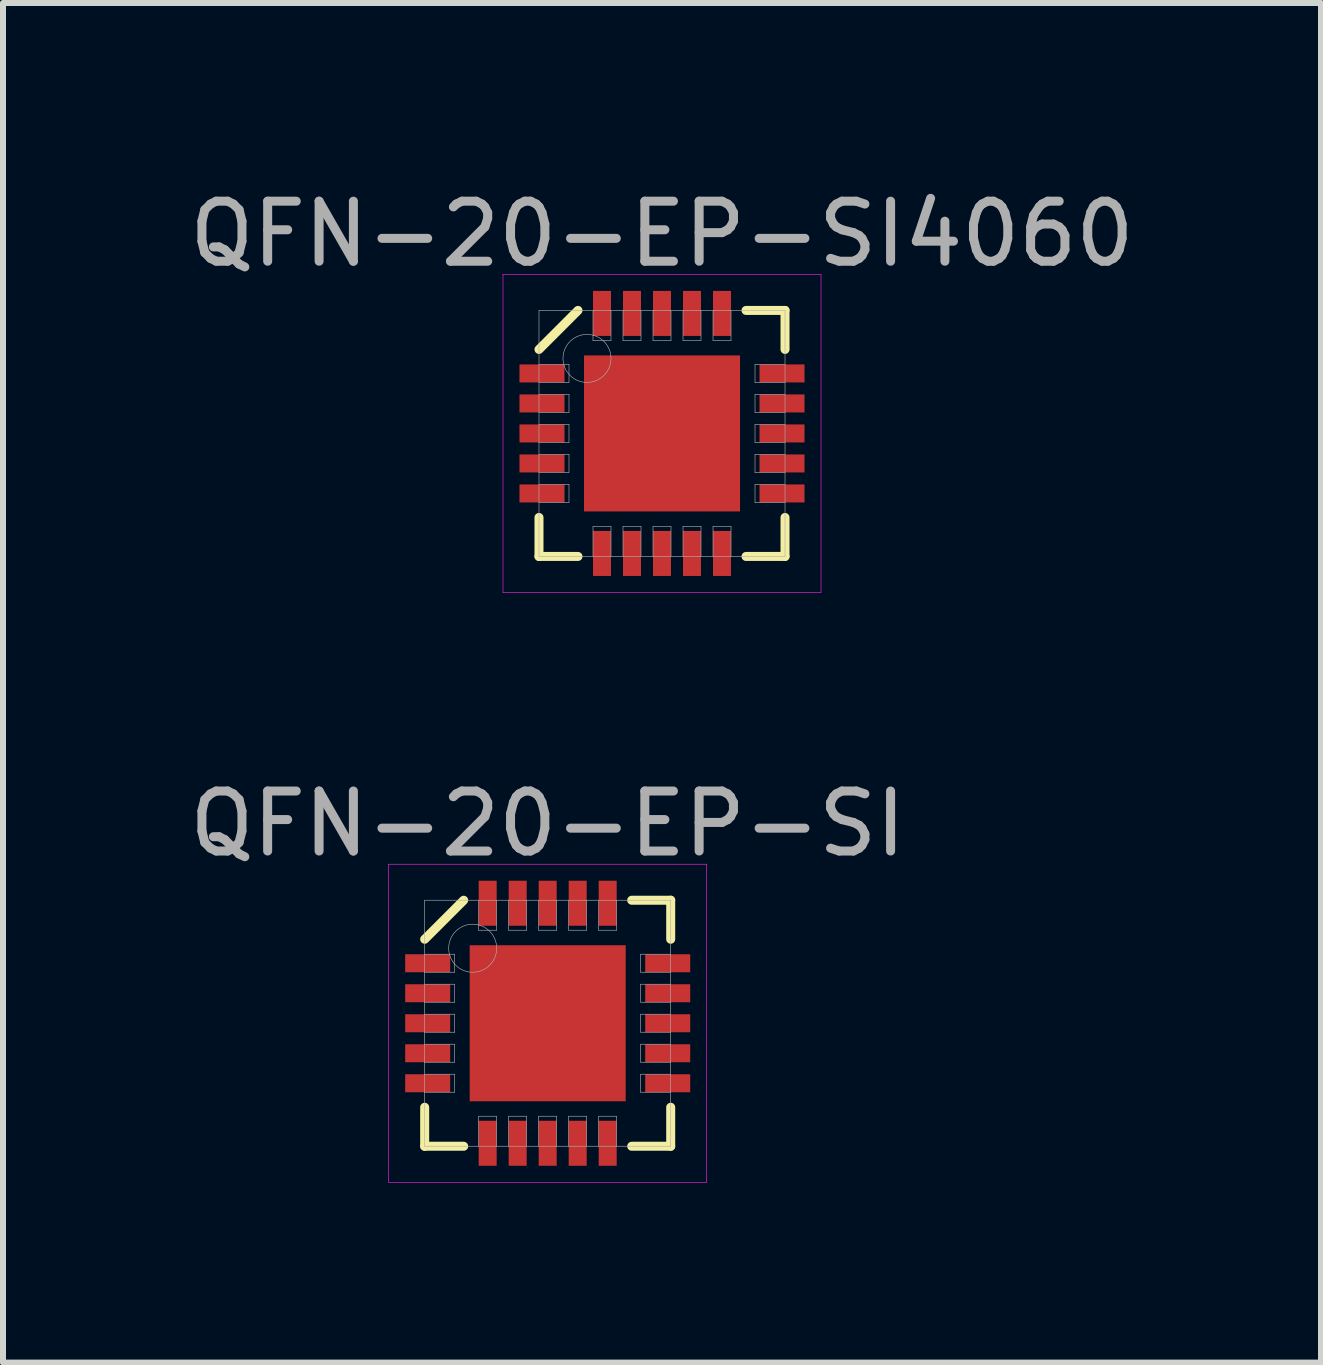
<source format=kicad_pcb>
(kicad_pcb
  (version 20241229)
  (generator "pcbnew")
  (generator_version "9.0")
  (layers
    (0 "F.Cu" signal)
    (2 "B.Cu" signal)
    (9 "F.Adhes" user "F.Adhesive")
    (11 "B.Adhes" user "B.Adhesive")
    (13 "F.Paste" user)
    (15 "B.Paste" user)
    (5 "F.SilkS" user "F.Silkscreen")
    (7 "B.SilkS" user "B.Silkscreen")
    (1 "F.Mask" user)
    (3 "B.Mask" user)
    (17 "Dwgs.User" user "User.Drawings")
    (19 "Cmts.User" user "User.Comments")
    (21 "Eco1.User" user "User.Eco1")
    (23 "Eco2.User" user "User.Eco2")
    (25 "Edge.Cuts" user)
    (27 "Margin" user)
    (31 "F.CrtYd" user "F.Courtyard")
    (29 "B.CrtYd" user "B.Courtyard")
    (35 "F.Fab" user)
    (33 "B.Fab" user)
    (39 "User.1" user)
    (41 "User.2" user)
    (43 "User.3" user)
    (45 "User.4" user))
  (footprint "QFN-20-EP-SI4060"
    (layer "F.Cu")
    (at 7.982 4.173)
    (property "Reference" "QFN-20-EP-SI4060" (at 0 -3.325 0) (layer "F.Fab") (effects (font (size 1 1) (thickness 0.15))))
    (attr through_hole)
    (fp_line (start -2.05 -1.4) (end -1.4 -2.05) (stroke (width 0.15) (type solid)) (layer "F.SilkS"))
    (fp_line (start -2.05 2.05) (end -2.05 1.4) (stroke (width 0.15) (type solid)) (layer "F.SilkS"))
    (fp_line (start -1.4 2.05) (end -2.05 2.05) (stroke (width 0.15) (type solid)) (layer "F.SilkS"))
    (fp_line (start 1.4 -2.05) (end 2.05 -2.05) (stroke (width 0.15) (type solid)) (layer "F.SilkS"))
    (fp_line (start 1.4 2.05) (end 2.05 2.05) (stroke (width 0.15) (type solid)) (layer "F.SilkS"))
    (fp_line (start 2.05 -2.05) (end 2.05 -1.4) (stroke (width 0.15) (type solid)) (layer "F.SilkS"))
    (fp_line (start 2.05 2.05) (end 2.05 1.4) (stroke (width 0.15) (type solid)) (layer "F.SilkS"))
    (fp_line (start -2.65 -2.65) (end 2.65 -2.65) (stroke (width 0.01) (type solid)) (layer "F.CrtYd"))
    (fp_line (start -2.65 2.65) (end -2.65 -2.65) (stroke (width 0.01) (type solid)) (layer "F.CrtYd"))
    (fp_line (start 2.65 -2.65) (end 2.65 2.65) (stroke (width 0.01) (type solid)) (layer "F.CrtYd"))
    (fp_line (start 2.65 2.65) (end -2.65 2.65) (stroke (width 0.01) (type solid)) (layer "F.CrtYd"))
    (fp_line (start -2.05 -2.05) (end 2.05 -2.05) (stroke (width 0.01) (type solid)) (layer "F.Fab"))
    (fp_line (start -2.05 -0.85) (end -1.55 -0.85) (stroke (width 0.01) (type solid)) (layer "F.Fab"))
    (fp_line (start -2.05 -0.35) (end -1.55 -0.35) (stroke (width 0.01) (type solid)) (layer "F.Fab"))
    (fp_line (start -2.05 0.15) (end -1.55 0.15) (stroke (width 0.01) (type solid)) (layer "F.Fab"))
    (fp_line (start -2.05 0.65) (end -1.55 0.65) (stroke (width 0.01) (type solid)) (layer "F.Fab"))
    (fp_line (start -2.05 1.15) (end -1.55 1.15) (stroke (width 0.01) (type solid)) (layer "F.Fab"))
    (fp_line (start -2.05 2.05) (end -2.05 -2.05) (stroke (width 0.01) (type solid)) (layer "F.Fab"))
    (fp_line (start -1.55 -1.15) (end -2.05 -1.15) (stroke (width 0.01) (type solid)) (layer "F.Fab"))
    (fp_line (start -1.55 -0.85) (end -1.55 -1.15) (stroke (width 0.01) (type solid)) (layer "F.Fab"))
    (fp_line (start -1.55 -0.65) (end -2.05 -0.65) (stroke (width 0.01) (type solid)) (layer "F.Fab"))
    (fp_line (start -1.55 -0.35) (end -1.55 -0.65) (stroke (width 0.01) (type solid)) (layer "F.Fab"))
    (fp_line (start -1.55 -0.15) (end -2.05 -0.15) (stroke (width 0.01) (type solid)) (layer "F.Fab"))
    (fp_line (start -1.55 0.15) (end -1.55 -0.15) (stroke (width 0.01) (type solid)) (layer "F.Fab"))
    (fp_line (start -1.55 0.35) (end -2.05 0.35) (stroke (width 0.01) (type solid)) (layer "F.Fab"))
    (fp_line (start -1.55 0.65) (end -1.55 0.35) (stroke (width 0.01) (type solid)) (layer "F.Fab"))
    (fp_line (start -1.55 0.85) (end -2.05 0.85) (stroke (width 0.01) (type solid)) (layer "F.Fab"))
    (fp_line (start -1.55 1.15) (end -1.55 0.85) (stroke (width 0.01) (type solid)) (layer "F.Fab"))
    (fp_line (start -1.15 -2.05) (end -1.15 -1.55) (stroke (width 0.01) (type solid)) (layer "F.Fab"))
    (fp_line (start -1.15 -1.55) (end -0.85 -1.55) (stroke (width 0.01) (type solid)) (layer "F.Fab"))
    (fp_line (start -1.15 1.55) (end -1.15 2.05) (stroke (width 0.01) (type solid)) (layer "F.Fab"))
    (fp_line (start -0.85 -1.55) (end -0.85 -2.05) (stroke (width 0.01) (type solid)) (layer "F.Fab"))
    (fp_line (start -0.85 1.55) (end -1.15 1.55) (stroke (width 0.01) (type solid)) (layer "F.Fab"))
    (fp_line (start -0.85 2.05) (end -0.85 1.55) (stroke (width 0.01) (type solid)) (layer "F.Fab"))
    (fp_line (start -0.65 -2.05) (end -0.65 -1.55) (stroke (width 0.01) (type solid)) (layer "F.Fab"))
    (fp_line (start -0.65 -1.55) (end -0.35 -1.55) (stroke (width 0.01) (type solid)) (layer "F.Fab"))
    (fp_line (start -0.65 1.55) (end -0.65 2.05) (stroke (width 0.01) (type solid)) (layer "F.Fab"))
    (fp_line (start -0.35 -1.55) (end -0.35 -2.05) (stroke (width 0.01) (type solid)) (layer "F.Fab"))
    (fp_line (start -0.35 1.55) (end -0.65 1.55) (stroke (width 0.01) (type solid)) (layer "F.Fab"))
    (fp_line (start -0.35 2.05) (end -0.35 1.55) (stroke (width 0.01) (type solid)) (layer "F.Fab"))
    (fp_line (start -0.15 -2.05) (end -0.15 -1.55) (stroke (width 0.01) (type solid)) (layer "F.Fab"))
    (fp_line (start -0.15 -1.55) (end 0.15 -1.55) (stroke (width 0.01) (type solid)) (layer "F.Fab"))
    (fp_line (start -0.15 1.55) (end -0.15 2.05) (stroke (width 0.01) (type solid)) (layer "F.Fab"))
    (fp_line (start 0.15 -1.55) (end 0.15 -2.05) (stroke (width 0.01) (type solid)) (layer "F.Fab"))
    (fp_line (start 0.15 1.55) (end -0.15 1.55) (stroke (width 0.01) (type solid)) (layer "F.Fab"))
    (fp_line (start 0.15 2.05) (end 0.15 1.55) (stroke (width 0.01) (type solid)) (layer "F.Fab"))
    (fp_line (start 0.35 -2.05) (end 0.35 -1.55) (stroke (width 0.01) (type solid)) (layer "F.Fab"))
    (fp_line (start 0.35 -1.55) (end 0.65 -1.55) (stroke (width 0.01) (type solid)) (layer "F.Fab"))
    (fp_line (start 0.35 1.55) (end 0.35 2.05) (stroke (width 0.01) (type solid)) (layer "F.Fab"))
    (fp_line (start 0.65 -1.55) (end 0.65 -2.05) (stroke (width 0.01) (type solid)) (layer "F.Fab"))
    (fp_line (start 0.65 1.55) (end 0.35 1.55) (stroke (width 0.01) (type solid)) (layer "F.Fab"))
    (fp_line (start 0.65 2.05) (end 0.65 1.55) (stroke (width 0.01) (type solid)) (layer "F.Fab"))
    (fp_line (start 0.85 -2.05) (end 0.85 -1.55) (stroke (width 0.01) (type solid)) (layer "F.Fab"))
    (fp_line (start 0.85 -1.55) (end 1.15 -1.55) (stroke (width 0.01) (type solid)) (layer "F.Fab"))
    (fp_line (start 0.85 1.55) (end 0.85 2.05) (stroke (width 0.01) (type solid)) (layer "F.Fab"))
    (fp_line (start 1.15 -1.55) (end 1.15 -2.05) (stroke (width 0.01) (type solid)) (layer "F.Fab"))
    (fp_line (start 1.15 1.55) (end 0.85 1.55) (stroke (width 0.01) (type solid)) (layer "F.Fab"))
    (fp_line (start 1.15 2.05) (end 1.15 1.55) (stroke (width 0.01) (type solid)) (layer "F.Fab"))
    (fp_line (start 1.55 -1.15) (end 1.55 -0.85) (stroke (width 0.01) (type solid)) (layer "F.Fab"))
    (fp_line (start 1.55 -0.85) (end 2.05 -0.85) (stroke (width 0.01) (type solid)) (layer "F.Fab"))
    (fp_line (start 1.55 -0.65) (end 1.55 -0.35) (stroke (width 0.01) (type solid)) (layer "F.Fab"))
    (fp_line (start 1.55 -0.35) (end 2.05 -0.35) (stroke (width 0.01) (type solid)) (layer "F.Fab"))
    (fp_line (start 1.55 -0.15) (end 1.55 0.15) (stroke (width 0.01) (type solid)) (layer "F.Fab"))
    (fp_line (start 1.55 0.15) (end 2.05 0.15) (stroke (width 0.01) (type solid)) (layer "F.Fab"))
    (fp_line (start 1.55 0.35) (end 1.55 0.65) (stroke (width 0.01) (type solid)) (layer "F.Fab"))
    (fp_line (start 1.55 0.65) (end 2.05 0.65) (stroke (width 0.01) (type solid)) (layer "F.Fab"))
    (fp_line (start 1.55 0.85) (end 1.55 1.15) (stroke (width 0.01) (type solid)) (layer "F.Fab"))
    (fp_line (start 1.55 1.15) (end 2.05 1.15) (stroke (width 0.01) (type solid)) (layer "F.Fab"))
    (fp_line (start 2.05 -2.05) (end 2.05 2.05) (stroke (width 0.01) (type solid)) (layer "F.Fab"))
    (fp_line (start 2.05 -1.15) (end 1.55 -1.15) (stroke (width 0.01) (type solid)) (layer "F.Fab"))
    (fp_line (start 2.05 -0.65) (end 1.55 -0.65) (stroke (width 0.01) (type solid)) (layer "F.Fab"))
    (fp_line (start 2.05 -0.15) (end 1.55 -0.15) (stroke (width 0.01) (type solid)) (layer "F.Fab"))
    (fp_line (start 2.05 0.35) (end 1.55 0.35) (stroke (width 0.01) (type solid)) (layer "F.Fab"))
    (fp_line (start 2.05 0.85) (end 1.55 0.85) (stroke (width 0.01) (type solid)) (layer "F.Fab"))
    (fp_line (start 2.05 2.05) (end -2.05 2.05) (stroke (width 0.01) (type solid)) (layer "F.Fab"))
    (fp_circle (center -1.25 -1.25) (end -1.25 -0.85) (stroke (width 0.01) (type solid)) (fill no) (layer "F.Fab"))
    (pad "" smd rect (at -0.65 -0.65) (size 1.1 1.1) (layers "F.Paste"))
    (pad "" smd rect (at -0.65 0.65) (size 1.1 1.1) (layers "F.Paste"))
    (pad "" smd rect (at 0.65 -0.65) (size 1.1 1.1) (layers "F.Paste"))
    (pad "" smd rect (at 0.65 0.65) (size 1.1 1.1) (layers "F.Paste"))
    (pad "1" smd rect (at -2 -1) (size 0.75 0.3) (layers "F.Cu" "F.Mask" "F.Paste"))
    (pad "2" smd rect (at -2 -0.5) (size 0.75 0.3) (layers "F.Cu" "F.Mask" "F.Paste"))
    (pad "3" smd rect (at -2 0) (size 0.75 0.3) (layers "F.Cu" "F.Mask" "F.Paste"))
    (pad "4" smd rect (at -2 0.5) (size 0.75 0.3) (layers "F.Cu" "F.Mask" "F.Paste"))
    (pad "5" smd rect (at -2 1) (size 0.75 0.3) (layers "F.Cu" "F.Mask" "F.Paste"))
    (pad "6" smd rect (at -1 2) (size 0.3 0.75) (layers "F.Cu" "F.Mask" "F.Paste"))
    (pad "7" smd rect (at -0.5 2) (size 0.3 0.75) (layers "F.Cu" "F.Mask" "F.Paste"))
    (pad "8" smd rect (at 0 2) (size 0.3 0.75) (layers "F.Cu" "F.Mask" "F.Paste"))
    (pad "9" smd rect (at 0.5 2) (size 0.3 0.75) (layers "F.Cu" "F.Mask" "F.Paste"))
    (pad "10" smd rect (at 1 2) (size 0.3 0.75) (layers "F.Cu" "F.Mask" "F.Paste"))
    (pad "11" smd rect (at 2 1) (size 0.75 0.3) (layers "F.Cu" "F.Mask" "F.Paste"))
    (pad "12" smd rect (at 2 0.5) (size 0.75 0.3) (layers "F.Cu" "F.Mask" "F.Paste"))
    (pad "13" smd rect (at 2 0) (size 0.75 0.3) (layers "F.Cu" "F.Mask" "F.Paste"))
    (pad "14" smd rect (at 2 -0.5) (size 0.75 0.3) (layers "F.Cu" "F.Mask" "F.Paste"))
    (pad "15" smd rect (at 2 -1) (size 0.75 0.3) (layers "F.Cu" "F.Mask" "F.Paste"))
    (pad "16" smd rect (at 1 -2) (size 0.3 0.75) (layers "F.Cu" "F.Mask" "F.Paste"))
    (pad "17" smd rect (at 0.5 -2) (size 0.3 0.75) (layers "F.Cu" "F.Mask" "F.Paste"))
    (pad "18" smd rect (at 0 -2) (size 0.3 0.75) (layers "F.Cu" "F.Mask" "F.Paste"))
    (pad "19" smd rect (at -0.5 -2) (size 0.3 0.75) (layers "F.Cu" "F.Mask" "F.Paste"))
    (pad "20" smd rect (at -1 -2) (size 0.3 0.75) (layers "F.Cu" "F.Mask" "F.Paste"))
    (pad "EP" smd rect (at 0 0) (size 2.6 2.6) (layers "F.Cu" "F.Mask")))
  (footprint "QFN-20-EP-SI"
    (layer "F.Cu")
    (at 6.077 14.002)
    (property "Reference" "QFN-20-EP-SI" (at 0 -3.325 0) (layer "F.Fab") (effects (font (size 1 1) (thickness 0.15))))
    (attr through_hole)
    (fp_line (start -2.05 -1.4) (end -1.4 -2.05) (stroke (width 0.15) (type solid)) (layer "F.SilkS"))
    (fp_line (start -2.05 2.05) (end -2.05 1.4) (stroke (width 0.15) (type solid)) (layer "F.SilkS"))
    (fp_line (start -1.4 2.05) (end -2.05 2.05) (stroke (width 0.15) (type solid)) (layer "F.SilkS"))
    (fp_line (start 1.4 -2.05) (end 2.05 -2.05) (stroke (width 0.15) (type solid)) (layer "F.SilkS"))
    (fp_line (start 1.4 2.05) (end 2.05 2.05) (stroke (width 0.15) (type solid)) (layer "F.SilkS"))
    (fp_line (start 2.05 -2.05) (end 2.05 -1.4) (stroke (width 0.15) (type solid)) (layer "F.SilkS"))
    (fp_line (start 2.05 2.05) (end 2.05 1.4) (stroke (width 0.15) (type solid)) (layer "F.SilkS"))
    (fp_line (start -2.65 -2.65) (end 2.65 -2.65) (stroke (width 0.01) (type solid)) (layer "F.CrtYd"))
    (fp_line (start -2.65 2.65) (end -2.65 -2.65) (stroke (width 0.01) (type solid)) (layer "F.CrtYd"))
    (fp_line (start 2.65 -2.65) (end 2.65 2.65) (stroke (width 0.01) (type solid)) (layer "F.CrtYd"))
    (fp_line (start 2.65 2.65) (end -2.65 2.65) (stroke (width 0.01) (type solid)) (layer "F.CrtYd"))
    (fp_line (start -2.05 -2.05) (end 2.05 -2.05) (stroke (width 0.01) (type solid)) (layer "F.Fab"))
    (fp_line (start -2.05 -0.85) (end -1.55 -0.85) (stroke (width 0.01) (type solid)) (layer "F.Fab"))
    (fp_line (start -2.05 -0.35) (end -1.55 -0.35) (stroke (width 0.01) (type solid)) (layer "F.Fab"))
    (fp_line (start -2.05 0.15) (end -1.55 0.15) (stroke (width 0.01) (type solid)) (layer "F.Fab"))
    (fp_line (start -2.05 0.65) (end -1.55 0.65) (stroke (width 0.01) (type solid)) (layer "F.Fab"))
    (fp_line (start -2.05 1.15) (end -1.55 1.15) (stroke (width 0.01) (type solid)) (layer "F.Fab"))
    (fp_line (start -2.05 2.05) (end -2.05 -2.05) (stroke (width 0.01) (type solid)) (layer "F.Fab"))
    (fp_line (start -1.55 -1.15) (end -2.05 -1.15) (stroke (width 0.01) (type solid)) (layer "F.Fab"))
    (fp_line (start -1.55 -0.85) (end -1.55 -1.15) (stroke (width 0.01) (type solid)) (layer "F.Fab"))
    (fp_line (start -1.55 -0.65) (end -2.05 -0.65) (stroke (width 0.01) (type solid)) (layer "F.Fab"))
    (fp_line (start -1.55 -0.35) (end -1.55 -0.65) (stroke (width 0.01) (type solid)) (layer "F.Fab"))
    (fp_line (start -1.55 -0.15) (end -2.05 -0.15) (stroke (width 0.01) (type solid)) (layer "F.Fab"))
    (fp_line (start -1.55 0.15) (end -1.55 -0.15) (stroke (width 0.01) (type solid)) (layer "F.Fab"))
    (fp_line (start -1.55 0.35) (end -2.05 0.35) (stroke (width 0.01) (type solid)) (layer "F.Fab"))
    (fp_line (start -1.55 0.65) (end -1.55 0.35) (stroke (width 0.01) (type solid)) (layer "F.Fab"))
    (fp_line (start -1.55 0.85) (end -2.05 0.85) (stroke (width 0.01) (type solid)) (layer "F.Fab"))
    (fp_line (start -1.55 1.15) (end -1.55 0.85) (stroke (width 0.01) (type solid)) (layer "F.Fab"))
    (fp_line (start -1.15 -2.05) (end -1.15 -1.55) (stroke (width 0.01) (type solid)) (layer "F.Fab"))
    (fp_line (start -1.15 -1.55) (end -0.85 -1.55) (stroke (width 0.01) (type solid)) (layer "F.Fab"))
    (fp_line (start -1.15 1.55) (end -1.15 2.05) (stroke (width 0.01) (type solid)) (layer "F.Fab"))
    (fp_line (start -0.85 -1.55) (end -0.85 -2.05) (stroke (width 0.01) (type solid)) (layer "F.Fab"))
    (fp_line (start -0.85 1.55) (end -1.15 1.55) (stroke (width 0.01) (type solid)) (layer "F.Fab"))
    (fp_line (start -0.85 2.05) (end -0.85 1.55) (stroke (width 0.01) (type solid)) (layer "F.Fab"))
    (fp_line (start -0.65 -2.05) (end -0.65 -1.55) (stroke (width 0.01) (type solid)) (layer "F.Fab"))
    (fp_line (start -0.65 -1.55) (end -0.35 -1.55) (stroke (width 0.01) (type solid)) (layer "F.Fab"))
    (fp_line (start -0.65 1.55) (end -0.65 2.05) (stroke (width 0.01) (type solid)) (layer "F.Fab"))
    (fp_line (start -0.35 -1.55) (end -0.35 -2.05) (stroke (width 0.01) (type solid)) (layer "F.Fab"))
    (fp_line (start -0.35 1.55) (end -0.65 1.55) (stroke (width 0.01) (type solid)) (layer "F.Fab"))
    (fp_line (start -0.35 2.05) (end -0.35 1.55) (stroke (width 0.01) (type solid)) (layer "F.Fab"))
    (fp_line (start -0.15 -2.05) (end -0.15 -1.55) (stroke (width 0.01) (type solid)) (layer "F.Fab"))
    (fp_line (start -0.15 -1.55) (end 0.15 -1.55) (stroke (width 0.01) (type solid)) (layer "F.Fab"))
    (fp_line (start -0.15 1.55) (end -0.15 2.05) (stroke (width 0.01) (type solid)) (layer "F.Fab"))
    (fp_line (start 0.15 -1.55) (end 0.15 -2.05) (stroke (width 0.01) (type solid)) (layer "F.Fab"))
    (fp_line (start 0.15 1.55) (end -0.15 1.55) (stroke (width 0.01) (type solid)) (layer "F.Fab"))
    (fp_line (start 0.15 2.05) (end 0.15 1.55) (stroke (width 0.01) (type solid)) (layer "F.Fab"))
    (fp_line (start 0.35 -2.05) (end 0.35 -1.55) (stroke (width 0.01) (type solid)) (layer "F.Fab"))
    (fp_line (start 0.35 -1.55) (end 0.65 -1.55) (stroke (width 0.01) (type solid)) (layer "F.Fab"))
    (fp_line (start 0.35 1.55) (end 0.35 2.05) (stroke (width 0.01) (type solid)) (layer "F.Fab"))
    (fp_line (start 0.65 -1.55) (end 0.65 -2.05) (stroke (width 0.01) (type solid)) (layer "F.Fab"))
    (fp_line (start 0.65 1.55) (end 0.35 1.55) (stroke (width 0.01) (type solid)) (layer "F.Fab"))
    (fp_line (start 0.65 2.05) (end 0.65 1.55) (stroke (width 0.01) (type solid)) (layer "F.Fab"))
    (fp_line (start 0.85 -2.05) (end 0.85 -1.55) (stroke (width 0.01) (type solid)) (layer "F.Fab"))
    (fp_line (start 0.85 -1.55) (end 1.15 -1.55) (stroke (width 0.01) (type solid)) (layer "F.Fab"))
    (fp_line (start 0.85 1.55) (end 0.85 2.05) (stroke (width 0.01) (type solid)) (layer "F.Fab"))
    (fp_line (start 1.15 -1.55) (end 1.15 -2.05) (stroke (width 0.01) (type solid)) (layer "F.Fab"))
    (fp_line (start 1.15 1.55) (end 0.85 1.55) (stroke (width 0.01) (type solid)) (layer "F.Fab"))
    (fp_line (start 1.15 2.05) (end 1.15 1.55) (stroke (width 0.01) (type solid)) (layer "F.Fab"))
    (fp_line (start 1.55 -1.15) (end 1.55 -0.85) (stroke (width 0.01) (type solid)) (layer "F.Fab"))
    (fp_line (start 1.55 -0.85) (end 2.05 -0.85) (stroke (width 0.01) (type solid)) (layer "F.Fab"))
    (fp_line (start 1.55 -0.65) (end 1.55 -0.35) (stroke (width 0.01) (type solid)) (layer "F.Fab"))
    (fp_line (start 1.55 -0.35) (end 2.05 -0.35) (stroke (width 0.01) (type solid)) (layer "F.Fab"))
    (fp_line (start 1.55 -0.15) (end 1.55 0.15) (stroke (width 0.01) (type solid)) (layer "F.Fab"))
    (fp_line (start 1.55 0.15) (end 2.05 0.15) (stroke (width 0.01) (type solid)) (layer "F.Fab"))
    (fp_line (start 1.55 0.35) (end 1.55 0.65) (stroke (width 0.01) (type solid)) (layer "F.Fab"))
    (fp_line (start 1.55 0.65) (end 2.05 0.65) (stroke (width 0.01) (type solid)) (layer "F.Fab"))
    (fp_line (start 1.55 0.85) (end 1.55 1.15) (stroke (width 0.01) (type solid)) (layer "F.Fab"))
    (fp_line (start 1.55 1.15) (end 2.05 1.15) (stroke (width 0.01) (type solid)) (layer "F.Fab"))
    (fp_line (start 2.05 -2.05) (end 2.05 2.05) (stroke (width 0.01) (type solid)) (layer "F.Fab"))
    (fp_line (start 2.05 -1.15) (end 1.55 -1.15) (stroke (width 0.01) (type solid)) (layer "F.Fab"))
    (fp_line (start 2.05 -0.65) (end 1.55 -0.65) (stroke (width 0.01) (type solid)) (layer "F.Fab"))
    (fp_line (start 2.05 -0.15) (end 1.55 -0.15) (stroke (width 0.01) (type solid)) (layer "F.Fab"))
    (fp_line (start 2.05 0.35) (end 1.55 0.35) (stroke (width 0.01) (type solid)) (layer "F.Fab"))
    (fp_line (start 2.05 0.85) (end 1.55 0.85) (stroke (width 0.01) (type solid)) (layer "F.Fab"))
    (fp_line (start 2.05 2.05) (end -2.05 2.05) (stroke (width 0.01) (type solid)) (layer "F.Fab"))
    (fp_circle (center -1.25 -1.25) (end -1.25 -0.85) (stroke (width 0.01) (type solid)) (fill no) (layer "F.Fab"))
    (pad "1" smd rect (at -2 -1) (size 0.75 0.3) (layers "F.Cu" "F.Mask" "F.Paste"))
    (pad "2" smd rect (at -2 -0.5) (size 0.75 0.3) (layers "F.Cu" "F.Mask" "F.Paste"))
    (pad "3" smd rect (at -2 0) (size 0.75 0.3) (layers "F.Cu" "F.Mask" "F.Paste"))
    (pad "4" smd rect (at -2 0.5) (size 0.75 0.3) (layers "F.Cu" "F.Mask" "F.Paste"))
    (pad "5" smd rect (at -2 1) (size 0.75 0.3) (layers "F.Cu" "F.Mask" "F.Paste"))
    (pad "6" smd rect (at -1 2) (size 0.3 0.75) (layers "F.Cu" "F.Mask" "F.Paste"))
    (pad "7" smd rect (at -0.5 2) (size 0.3 0.75) (layers "F.Cu" "F.Mask" "F.Paste"))
    (pad "8" smd rect (at 0 2) (size 0.3 0.75) (layers "F.Cu" "F.Mask" "F.Paste"))
    (pad "9" smd rect (at 0.5 2) (size 0.3 0.75) (layers "F.Cu" "F.Mask" "F.Paste"))
    (pad "10" smd rect (at 1 2) (size 0.3 0.75) (layers "F.Cu" "F.Mask" "F.Paste"))
    (pad "11" smd rect (at 2 1) (size 0.75 0.3) (layers "F.Cu" "F.Mask" "F.Paste"))
    (pad "12" smd rect (at 2 0.5) (size 0.75 0.3) (layers "F.Cu" "F.Mask" "F.Paste"))
    (pad "13" smd rect (at 2 0) (size 0.75 0.3) (layers "F.Cu" "F.Mask" "F.Paste"))
    (pad "14" smd rect (at 2 -0.5) (size 0.75 0.3) (layers "F.Cu" "F.Mask" "F.Paste"))
    (pad "15" smd rect (at 2 -1) (size 0.75 0.3) (layers "F.Cu" "F.Mask" "F.Paste"))
    (pad "16" smd rect (at 1 -2) (size 0.3 0.75) (layers "F.Cu" "F.Mask" "F.Paste"))
    (pad "17" smd rect (at 0.5 -2) (size 0.3 0.75) (layers "F.Cu" "F.Mask" "F.Paste"))
    (pad "18" smd rect (at 0 -2) (size 0.3 0.75) (layers "F.Cu" "F.Mask" "F.Paste"))
    (pad "19" smd rect (at -0.5 -2) (size 0.3 0.75) (layers "F.Cu" "F.Mask" "F.Paste"))
    (pad "20" smd rect (at -1 -2) (size 0.3 0.75) (layers "F.Cu" "F.Mask" "F.Paste"))
    (pad "EP" smd rect (at -0.65 -0.65) (size 1.1 1.1) (layers "F.Cu" "F.Paste"))
    (pad "EP" smd rect (at -0.65 0.65) (size 1.1 1.1) (layers "F.Cu" "F.Paste"))
    (pad "EP" smd rect (at 0 0) (size 2.6 2.6) (layers "F.Cu" "F.Mask"))
    (pad "EP" smd rect (at 0.65 -0.65) (size 1.1 1.1) (layers "F.Cu" "F.Paste"))
    (pad "EP" smd rect (at 0.65 0.65) (size 1.1 1.1) (layers "F.Cu" "F.Paste")))
  (gr_rect
    (start -3 -3)
    (end 18.964 19.657)
    (stroke (width 0.1) (type default))
    (fill no)
    (layer "Edge.Cuts")))
</source>
